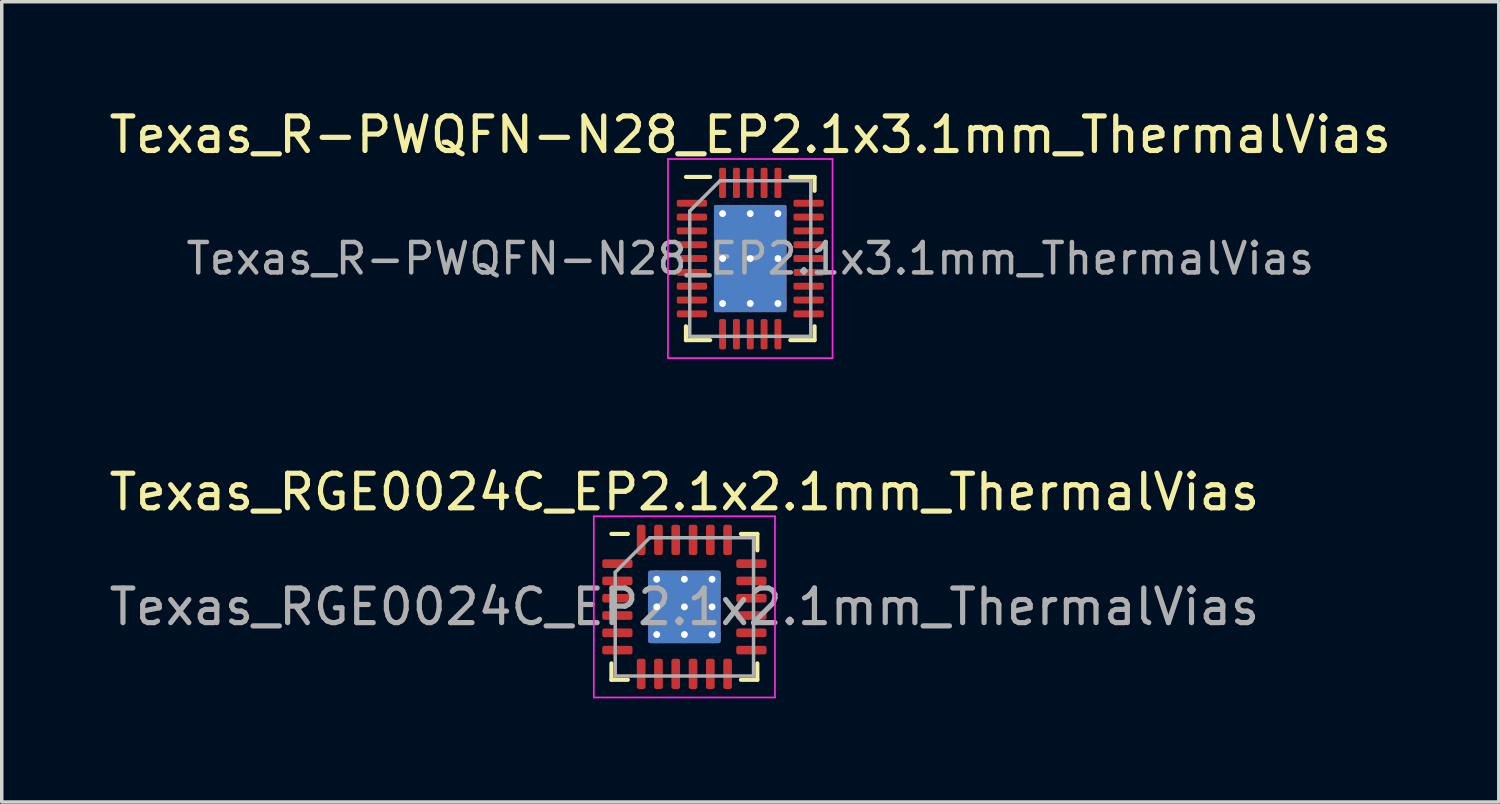
<source format=kicad_pcb>
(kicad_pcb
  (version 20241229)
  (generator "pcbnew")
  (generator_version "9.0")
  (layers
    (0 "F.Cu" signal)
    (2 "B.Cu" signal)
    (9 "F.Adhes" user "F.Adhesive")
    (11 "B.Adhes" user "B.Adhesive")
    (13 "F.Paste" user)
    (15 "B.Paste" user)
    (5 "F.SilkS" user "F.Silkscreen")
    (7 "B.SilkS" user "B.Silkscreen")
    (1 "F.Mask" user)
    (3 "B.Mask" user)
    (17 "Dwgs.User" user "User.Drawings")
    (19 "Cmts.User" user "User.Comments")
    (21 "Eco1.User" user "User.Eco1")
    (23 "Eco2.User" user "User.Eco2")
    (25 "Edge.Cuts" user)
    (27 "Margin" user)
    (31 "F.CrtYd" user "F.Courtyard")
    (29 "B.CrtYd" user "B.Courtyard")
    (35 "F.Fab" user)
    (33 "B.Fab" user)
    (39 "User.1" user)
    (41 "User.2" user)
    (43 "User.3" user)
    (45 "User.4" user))
  (footprint "Texas_RGE0024C_EP2.1x2.1mm_ThermalVias"
    (layer "F.Cu")
    (at 16.744 14.502)
    (property "Reference" "Texas_RGE0024C_EP2.1x2.1mm_ThermalVias" (at 0 -3.32 0) (layer "F.SilkS") (effects (font (size 1 1) (thickness 0.15))))
    (attr smd)
    (fp_line (start -2.11 2.11) (end -2.11 1.635) (stroke (width 0.12) (type solid)) (layer "F.SilkS"))
    (fp_line (start -1.635 -2.11) (end -2.11 -2.11) (stroke (width 0.12) (type solid)) (layer "F.SilkS"))
    (fp_line (start -1.635 2.11) (end -2.11 2.11) (stroke (width 0.12) (type solid)) (layer "F.SilkS"))
    (fp_line (start 1.635 -2.11) (end 2.11 -2.11) (stroke (width 0.12) (type solid)) (layer "F.SilkS"))
    (fp_line (start 1.635 2.11) (end 2.11 2.11) (stroke (width 0.12) (type solid)) (layer "F.SilkS"))
    (fp_line (start 2.11 -2.11) (end 2.11 -1.635) (stroke (width 0.12) (type solid)) (layer "F.SilkS"))
    (fp_line (start 2.11 2.11) (end 2.11 1.635) (stroke (width 0.12) (type solid)) (layer "F.SilkS"))
    (fp_line (start -2.62 -2.62) (end -2.62 2.62) (stroke (width 0.05) (type solid)) (layer "F.CrtYd"))
    (fp_line (start -2.62 2.62) (end 2.62 2.62) (stroke (width 0.05) (type solid)) (layer "F.CrtYd"))
    (fp_line (start 2.62 -2.62) (end -2.62 -2.62) (stroke (width 0.05) (type solid)) (layer "F.CrtYd"))
    (fp_line (start 2.62 2.62) (end 2.62 -2.62) (stroke (width 0.05) (type solid)) (layer "F.CrtYd"))
    (fp_line (start -2 -1) (end -1 -2) (stroke (width 0.1) (type solid)) (layer "F.Fab"))
    (fp_line (start -2 2) (end -2 -1) (stroke (width 0.1) (type solid)) (layer "F.Fab"))
    (fp_line (start -1 -2) (end 2 -2) (stroke (width 0.1) (type solid)) (layer "F.Fab"))
    (fp_line (start 2 -2) (end 2 2) (stroke (width 0.1) (type solid)) (layer "F.Fab"))
    (fp_line (start 2 2) (end -2 2) (stroke (width 0.1) (type solid)) (layer "F.Fab"))
    (fp_text user "${REFERENCE}" (at 0 0 0) (layer "F.Fab") (effects (font (size 1 1) (thickness 0.15))))
    (pad "" smd roundrect (at -0.525 -0.525) (size 0.85 0.85) (layers "F.Paste") (roundrect_rratio 0.25))
    (pad "" smd roundrect (at -0.525 0.525) (size 0.85 0.85) (layers "F.Paste") (roundrect_rratio 0.25))
    (pad "" smd roundrect (at 0.525 -0.525) (size 0.85 0.85) (layers "F.Paste") (roundrect_rratio 0.25))
    (pad "" smd roundrect (at 0.525 0.525) (size 0.85 0.85) (layers "F.Paste") (roundrect_rratio 0.25))
    (pad "1" smd roundrect (at -1.938 -1.25) (size 0.875 0.25) (layers "F.Cu" "F.Mask" "F.Paste") (roundrect_rratio 0.25))
    (pad "2" smd roundrect (at -1.938 -0.75) (size 0.875 0.25) (layers "F.Cu" "F.Mask" "F.Paste") (roundrect_rratio 0.25))
    (pad "3" smd roundrect (at -1.938 -0.25) (size 0.875 0.25) (layers "F.Cu" "F.Mask" "F.Paste") (roundrect_rratio 0.25))
    (pad "4" smd roundrect (at -1.938 0.25) (size 0.875 0.25) (layers "F.Cu" "F.Mask" "F.Paste") (roundrect_rratio 0.25))
    (pad "5" smd roundrect (at -1.938 0.75) (size 0.875 0.25) (layers "F.Cu" "F.Mask" "F.Paste") (roundrect_rratio 0.25))
    (pad "6" smd roundrect (at -1.938 1.25) (size 0.875 0.25) (layers "F.Cu" "F.Mask" "F.Paste") (roundrect_rratio 0.25))
    (pad "7" smd roundrect (at -1.25 1.938) (size 0.25 0.875) (layers "F.Cu" "F.Mask" "F.Paste") (roundrect_rratio 0.25))
    (pad "8" smd roundrect (at -0.75 1.938) (size 0.25 0.875) (layers "F.Cu" "F.Mask" "F.Paste") (roundrect_rratio 0.25))
    (pad "9" smd roundrect (at -0.25 1.938) (size 0.25 0.875) (layers "F.Cu" "F.Mask" "F.Paste") (roundrect_rratio 0.25))
    (pad "10" smd roundrect (at 0.25 1.938) (size 0.25 0.875) (layers "F.Cu" "F.Mask" "F.Paste") (roundrect_rratio 0.25))
    (pad "11" smd roundrect (at 0.75 1.938) (size 0.25 0.875) (layers "F.Cu" "F.Mask" "F.Paste") (roundrect_rratio 0.25))
    (pad "12" smd roundrect (at 1.25 1.938) (size 0.25 0.875) (layers "F.Cu" "F.Mask" "F.Paste") (roundrect_rratio 0.25))
    (pad "13" smd roundrect (at 1.938 1.25) (size 0.875 0.25) (layers "F.Cu" "F.Mask" "F.Paste") (roundrect_rratio 0.25))
    (pad "14" smd roundrect (at 1.938 0.75) (size 0.875 0.25) (layers "F.Cu" "F.Mask" "F.Paste") (roundrect_rratio 0.25))
    (pad "15" smd roundrect (at 1.938 0.25) (size 0.875 0.25) (layers "F.Cu" "F.Mask" "F.Paste") (roundrect_rratio 0.25))
    (pad "16" smd roundrect (at 1.938 -0.25) (size 0.875 0.25) (layers "F.Cu" "F.Mask" "F.Paste") (roundrect_rratio 0.25))
    (pad "17" smd roundrect (at 1.938 -0.75) (size 0.875 0.25) (layers "F.Cu" "F.Mask" "F.Paste") (roundrect_rratio 0.25))
    (pad "18" smd roundrect (at 1.938 -1.25) (size 0.875 0.25) (layers "F.Cu" "F.Mask" "F.Paste") (roundrect_rratio 0.25))
    (pad "19" smd roundrect (at 1.25 -1.938) (size 0.25 0.875) (layers "F.Cu" "F.Mask" "F.Paste") (roundrect_rratio 0.25))
    (pad "20" smd roundrect (at 0.75 -1.938) (size 0.25 0.875) (layers "F.Cu" "F.Mask" "F.Paste") (roundrect_rratio 0.25))
    (pad "21" smd roundrect (at 0.25 -1.938) (size 0.25 0.875) (layers "F.Cu" "F.Mask" "F.Paste") (roundrect_rratio 0.25))
    (pad "22" smd roundrect (at -0.25 -1.938) (size 0.25 0.875) (layers "F.Cu" "F.Mask" "F.Paste") (roundrect_rratio 0.25))
    (pad "23" smd roundrect (at -0.75 -1.938) (size 0.25 0.875) (layers "F.Cu" "F.Mask" "F.Paste") (roundrect_rratio 0.25))
    (pad "24" smd roundrect (at -1.25 -1.938) (size 0.25 0.875) (layers "F.Cu" "F.Mask" "F.Paste") (roundrect_rratio 0.25))
    (pad "25" thru_hole circle (at -0.8 -0.8) (size 0.5 0.5) (drill 0.2) (layers "*.Cu"))
    (pad "25" thru_hole circle (at -0.8 0) (size 0.5 0.5) (drill 0.2) (layers "*.Cu"))
    (pad "25" thru_hole circle (at -0.8 0.8) (size 0.5 0.5) (drill 0.2) (layers "*.Cu"))
    (pad "25" thru_hole circle (at 0 -0.8) (size 0.5 0.5) (drill 0.2) (layers "*.Cu"))
    (pad "25" thru_hole circle (at 0 0) (size 0.5 0.5) (drill 0.2) (layers "*.Cu"))
    (pad "25" smd roundrect (at 0 0) (size 2.1 2.1) (layers "F.Cu" "F.Mask") (roundrect_rratio 0.03))
    (pad "25" smd roundrect (at 0 0) (size 2.1 2.1) (layers "B.Cu") (roundrect_rratio 0.03))
    (pad "25" thru_hole circle (at 0 0.8) (size 0.5 0.5) (drill 0.2) (layers "*.Cu"))
    (pad "25" thru_hole circle (at 0.8 -0.8) (size 0.5 0.5) (drill 0.2) (layers "*.Cu"))
    (pad "25" thru_hole circle (at 0.8 0) (size 0.5 0.5) (drill 0.2) (layers "*.Cu"))
    (pad "25" thru_hole circle (at 0.8 0.8) (size 0.5 0.5) (drill 0.2) (layers "*.Cu")))
  (footprint "Texas_R-PWQFN-N28_EP2.1x3.1mm_ThermalVias"
    (layer "F.Cu")
    (at 18.649 4.428)
    (property "Reference" "Texas_R-PWQFN-N28_EP2.1x3.1mm_ThermalVias" (at 0 -3.58 0) (layer "F.SilkS") (effects (font (size 1 1) (thickness 0.15))))
    (attr smd)
    (fp_line (start -1.86 2.36) (end -1.86 1.96) (stroke (width 0.12) (type solid)) (layer "F.SilkS"))
    (fp_line (start -1.16 -2.36) (end -1.86 -2.36) (stroke (width 0.12) (type solid)) (layer "F.SilkS"))
    (fp_line (start -1.16 2.36) (end -1.86 2.36) (stroke (width 0.12) (type solid)) (layer "F.SilkS"))
    (fp_line (start 1.16 -2.36) (end 1.86 -2.36) (stroke (width 0.12) (type solid)) (layer "F.SilkS"))
    (fp_line (start 1.16 2.36) (end 1.86 2.36) (stroke (width 0.12) (type solid)) (layer "F.SilkS"))
    (fp_line (start 1.86 -2.36) (end 1.86 -1.96) (stroke (width 0.12) (type solid)) (layer "F.SilkS"))
    (fp_line (start 1.86 2.36) (end 1.86 1.96) (stroke (width 0.12) (type solid)) (layer "F.SilkS"))
    (fp_line (start -2.38 -2.88) (end -2.38 2.88) (stroke (width 0.05) (type solid)) (layer "F.CrtYd"))
    (fp_line (start -2.38 2.88) (end 2.38 2.88) (stroke (width 0.05) (type solid)) (layer "F.CrtYd"))
    (fp_line (start 2.38 -2.88) (end -2.38 -2.88) (stroke (width 0.05) (type solid)) (layer "F.CrtYd"))
    (fp_line (start 2.38 2.88) (end 2.38 -2.88) (stroke (width 0.05) (type solid)) (layer "F.CrtYd"))
    (fp_line (start -1.75 -1.375) (end -0.875 -2.25) (stroke (width 0.1) (type solid)) (layer "F.Fab"))
    (fp_line (start -1.75 2.25) (end -1.75 -1.375) (stroke (width 0.1) (type solid)) (layer "F.Fab"))
    (fp_line (start -0.875 -2.25) (end 1.75 -2.25) (stroke (width 0.1) (type solid)) (layer "F.Fab"))
    (fp_line (start 1.75 -2.25) (end 1.75 2.25) (stroke (width 0.1) (type solid)) (layer "F.Fab"))
    (fp_line (start 1.75 2.25) (end -1.75 2.25) (stroke (width 0.1) (type solid)) (layer "F.Fab"))
    (fp_text user "${REFERENCE}" (at 0 0 0) (layer "F.Fab") (effects (font (size 0.88 0.88) (thickness 0.13))))
    (pad "" smd roundrect (at -0.525 -0.775) (size 0.88 1.3) (layers "F.Paste") (roundrect_rratio 0.25))
    (pad "" smd roundrect (at -0.525 0.775) (size 0.88 1.3) (layers "F.Paste") (roundrect_rratio 0.25))
    (pad "" smd roundrect (at 0.525 -0.775) (size 0.88 1.3) (layers "F.Paste") (roundrect_rratio 0.25))
    (pad "" smd roundrect (at 0.525 0.775) (size 0.88 1.3) (layers "F.Paste") (roundrect_rratio 0.25))
    (pad "1" smd roundrect (at -1.688 -1.6) (size 0.875 0.2) (layers "F.Cu" "F.Mask" "F.Paste") (roundrect_rratio 0.25))
    (pad "2" smd roundrect (at -1.688 -1.2) (size 0.875 0.2) (layers "F.Cu" "F.Mask" "F.Paste") (roundrect_rratio 0.25))
    (pad "3" smd roundrect (at -1.688 -0.8) (size 0.875 0.2) (layers "F.Cu" "F.Mask" "F.Paste") (roundrect_rratio 0.25))
    (pad "4" smd roundrect (at -1.688 -0.4) (size 0.875 0.2) (layers "F.Cu" "F.Mask" "F.Paste") (roundrect_rratio 0.25))
    (pad "5" smd roundrect (at -1.688 0) (size 0.875 0.2) (layers "F.Cu" "F.Mask" "F.Paste") (roundrect_rratio 0.25))
    (pad "6" smd roundrect (at -1.688 0.4) (size 0.875 0.2) (layers "F.Cu" "F.Mask" "F.Paste") (roundrect_rratio 0.25))
    (pad "7" smd roundrect (at -1.688 0.8) (size 0.875 0.2) (layers "F.Cu" "F.Mask" "F.Paste") (roundrect_rratio 0.25))
    (pad "8" smd roundrect (at -1.688 1.2) (size 0.875 0.2) (layers "F.Cu" "F.Mask" "F.Paste") (roundrect_rratio 0.25))
    (pad "9" smd roundrect (at -1.688 1.6) (size 0.875 0.2) (layers "F.Cu" "F.Mask" "F.Paste") (roundrect_rratio 0.25))
    (pad "10" smd roundrect (at -0.8 2.188) (size 0.2 0.875) (layers "F.Cu" "F.Mask" "F.Paste") (roundrect_rratio 0.25))
    (pad "11" smd roundrect (at -0.4 2.188) (size 0.2 0.875) (layers "F.Cu" "F.Mask" "F.Paste") (roundrect_rratio 0.25))
    (pad "12" smd roundrect (at 0 2.188) (size 0.2 0.875) (layers "F.Cu" "F.Mask" "F.Paste") (roundrect_rratio 0.25))
    (pad "13" smd roundrect (at 0.4 2.188) (size 0.2 0.875) (layers "F.Cu" "F.Mask" "F.Paste") (roundrect_rratio 0.25))
    (pad "14" smd roundrect (at 0.8 2.188) (size 0.2 0.875) (layers "F.Cu" "F.Mask" "F.Paste") (roundrect_rratio 0.25))
    (pad "15" smd roundrect (at 1.688 1.6) (size 0.875 0.2) (layers "F.Cu" "F.Mask" "F.Paste") (roundrect_rratio 0.25))
    (pad "16" smd roundrect (at 1.688 1.2) (size 0.875 0.2) (layers "F.Cu" "F.Mask" "F.Paste") (roundrect_rratio 0.25))
    (pad "17" smd roundrect (at 1.688 0.8) (size 0.875 0.2) (layers "F.Cu" "F.Mask" "F.Paste") (roundrect_rratio 0.25))
    (pad "18" smd roundrect (at 1.688 0.4) (size 0.875 0.2) (layers "F.Cu" "F.Mask" "F.Paste") (roundrect_rratio 0.25))
    (pad "19" smd roundrect (at 1.688 0) (size 0.875 0.2) (layers "F.Cu" "F.Mask" "F.Paste") (roundrect_rratio 0.25))
    (pad "20" smd roundrect (at 1.688 -0.4) (size 0.875 0.2) (layers "F.Cu" "F.Mask" "F.Paste") (roundrect_rratio 0.25))
    (pad "21" smd roundrect (at 1.688 -0.8) (size 0.875 0.2) (layers "F.Cu" "F.Mask" "F.Paste") (roundrect_rratio 0.25))
    (pad "22" smd roundrect (at 1.688 -1.2) (size 0.875 0.2) (layers "F.Cu" "F.Mask" "F.Paste") (roundrect_rratio 0.25))
    (pad "23" smd roundrect (at 1.688 -1.6) (size 0.875 0.2) (layers "F.Cu" "F.Mask" "F.Paste") (roundrect_rratio 0.25))
    (pad "24" smd roundrect (at 0.8 -2.188) (size 0.2 0.875) (layers "F.Cu" "F.Mask" "F.Paste") (roundrect_rratio 0.25))
    (pad "25" smd roundrect (at 0.4 -2.188) (size 0.2 0.875) (layers "F.Cu" "F.Mask" "F.Paste") (roundrect_rratio 0.25))
    (pad "26" smd roundrect (at 0 -2.188) (size 0.2 0.875) (layers "F.Cu" "F.Mask" "F.Paste") (roundrect_rratio 0.25))
    (pad "27" smd roundrect (at -0.4 -2.188) (size 0.2 0.875) (layers "F.Cu" "F.Mask" "F.Paste") (roundrect_rratio 0.25))
    (pad "28" smd roundrect (at -0.8 -2.188) (size 0.2 0.875) (layers "F.Cu" "F.Mask" "F.Paste") (roundrect_rratio 0.25))
    (pad "29" thru_hole circle (at -0.8 -1.3) (size 0.5 0.5) (drill 0.2) (layers "*.Cu"))
    (pad "29" thru_hole circle (at -0.8 0) (size 0.5 0.5) (drill 0.2) (layers "*.Cu"))
    (pad "29" thru_hole circle (at -0.8 1.3) (size 0.5 0.5) (drill 0.2) (layers "*.Cu"))
    (pad "29" thru_hole circle (at 0 -1.3) (size 0.5 0.5) (drill 0.2) (layers "*.Cu"))
    (pad "29" thru_hole circle (at 0 0) (size 0.5 0.5) (drill 0.2) (layers "*.Cu"))
    (pad "29" smd roundrect (at 0 0) (size 2.1 3.1) (layers "F.Cu" "F.Mask") (roundrect_rratio 0.024))
    (pad "29" smd roundrect (at 0 0) (size 2.1 3.1) (layers "B.Cu") (roundrect_rratio 0.024))
    (pad "29" thru_hole circle (at 0 1.3) (size 0.5 0.5) (drill 0.2) (layers "*.Cu"))
    (pad "29" thru_hole circle (at 0.8 -1.3) (size 0.5 0.5) (drill 0.2) (layers "*.Cu"))
    (pad "29" thru_hole circle (at 0.8 0) (size 0.5 0.5) (drill 0.2) (layers "*.Cu"))
    (pad "29" thru_hole circle (at 0.8 1.3) (size 0.5 0.5) (drill 0.2) (layers "*.Cu")))
  (gr_rect
    (start -3 -3)
    (end 40.298 20.146)
    (stroke (width 0.1) (type default))
    (fill no)
    (layer "Edge.Cuts")))
</source>
